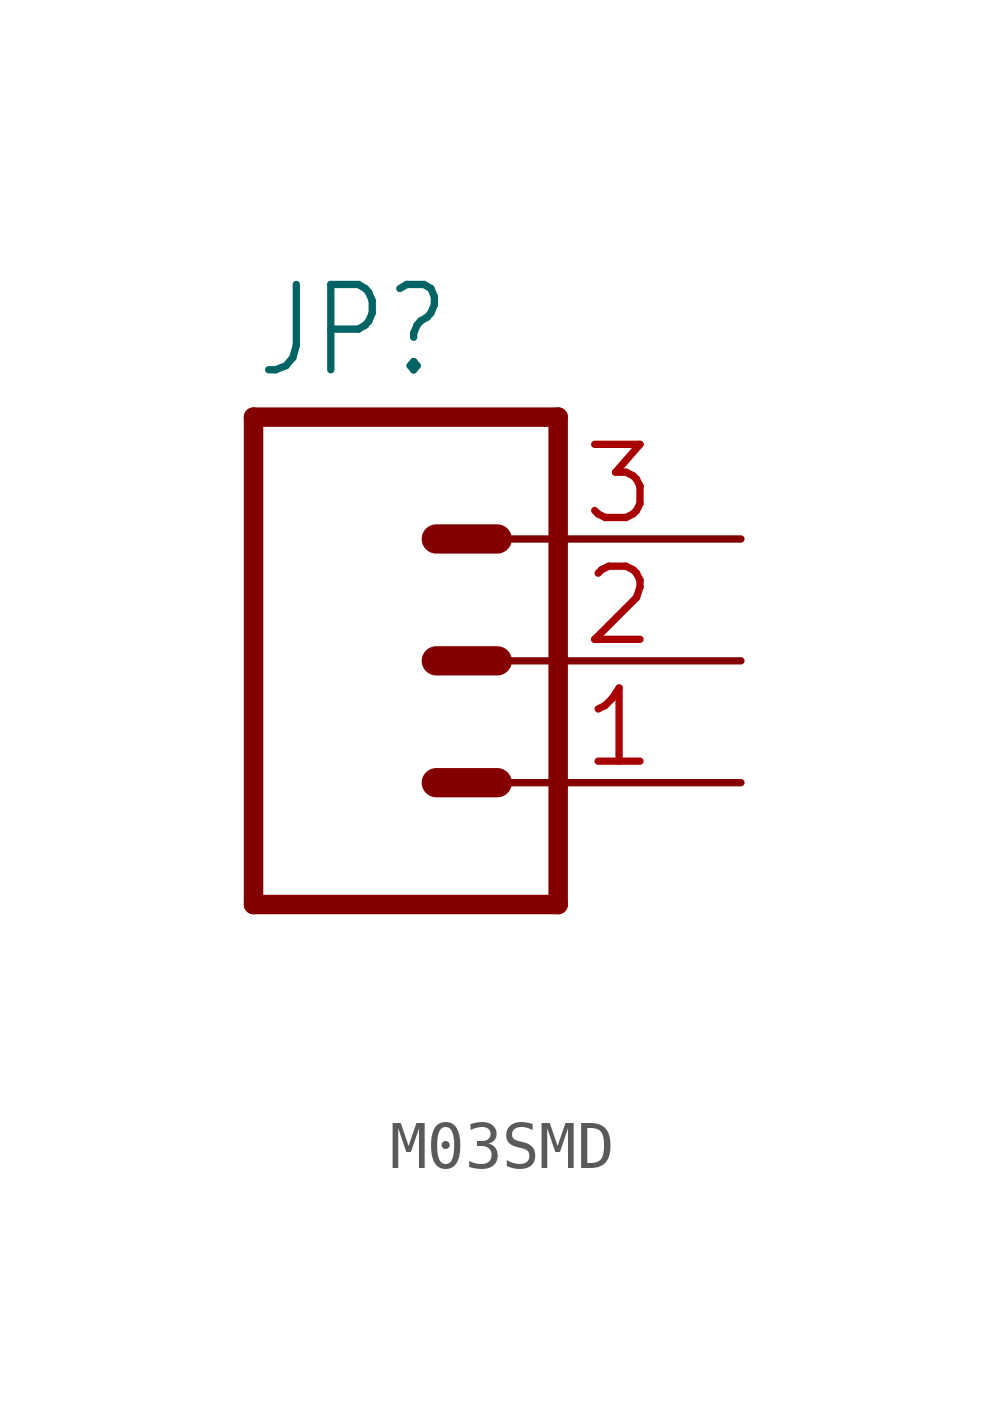
<source format=kicad_sym>
(kicad_symbol_lib
  (version 20241209)
  (generator "kicad_symbol_editor")
  (generator_version "9.0")
  (symbol "M03SMD"
    (property "Reference" "JP"
      (at -2.54 5.842 0)
      (effects (font (size 1.778 1.511)) (justify left bottom)))
    (property "Value" ""
      (at -2.54 -7.62 0)
      (effects (font (size 1.778 1.511)) (justify left bottom)))
    (property "ki_locked" ""
      (at 0 0 0)
      (effects (font (size 1.27 1.27))))
    (symbol "M03SMD_1_0"
      (polyline (pts (xy -2.54 5.08) (xy -2.54 -5.08)) (stroke (width 0.406) (type solid)) (fill (type none)))
      (polyline (pts (xy -2.54 5.08) (xy 3.81 5.08)) (stroke (width 0.406) (type solid)) (fill (type none)))
      (polyline (pts (xy 1.27 2.54) (xy 2.54 2.54)) (stroke (width 0.61) (type solid)) (fill (type none)))
      (polyline (pts (xy 1.27 0) (xy 2.54 0)) (stroke (width 0.61) (type solid)) (fill (type none)))
      (polyline (pts (xy 1.27 -2.54) (xy 2.54 -2.54)) (stroke (width 0.61) (type solid)) (fill (type none)))
      (polyline (pts (xy 3.81 -5.08) (xy -2.54 -5.08)) (stroke (width 0.406) (type solid)) (fill (type none)))
      (polyline (pts (xy 3.81 -5.08) (xy 3.81 5.08)) (stroke (width 0.406) (type solid)) (fill (type none)))
      (pin passive line (at 7.62 2.54 180) (length 5.08) (name "3" (effects (font (size 0 0)))) (number "3" (effects (font (size 1.524 1.524)))))
      (pin passive line (at 7.62 0 180) (length 5.08) (name "2" (effects (font (size 0 0)))) (number "2" (effects (font (size 1.524 1.524)))))
      (pin passive line (at 7.62 -2.54 180) (length 5.08) (name "1" (effects (font (size 0 0)))) (number "1" (effects (font (size 1.524 1.524))))))))
</source>
